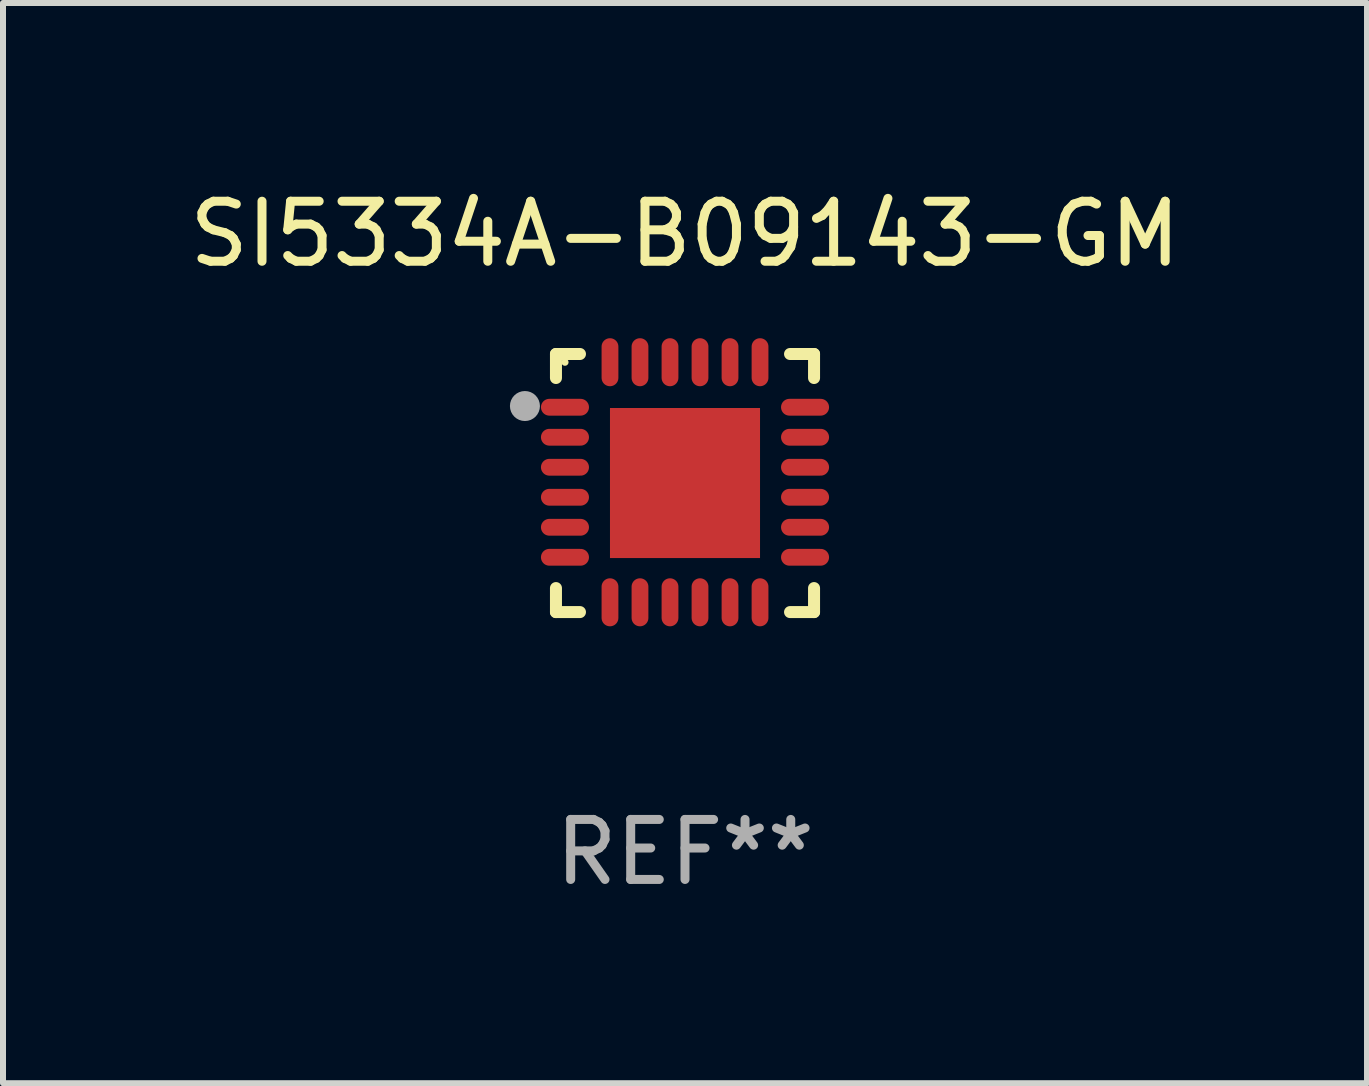
<source format=kicad_pcb>
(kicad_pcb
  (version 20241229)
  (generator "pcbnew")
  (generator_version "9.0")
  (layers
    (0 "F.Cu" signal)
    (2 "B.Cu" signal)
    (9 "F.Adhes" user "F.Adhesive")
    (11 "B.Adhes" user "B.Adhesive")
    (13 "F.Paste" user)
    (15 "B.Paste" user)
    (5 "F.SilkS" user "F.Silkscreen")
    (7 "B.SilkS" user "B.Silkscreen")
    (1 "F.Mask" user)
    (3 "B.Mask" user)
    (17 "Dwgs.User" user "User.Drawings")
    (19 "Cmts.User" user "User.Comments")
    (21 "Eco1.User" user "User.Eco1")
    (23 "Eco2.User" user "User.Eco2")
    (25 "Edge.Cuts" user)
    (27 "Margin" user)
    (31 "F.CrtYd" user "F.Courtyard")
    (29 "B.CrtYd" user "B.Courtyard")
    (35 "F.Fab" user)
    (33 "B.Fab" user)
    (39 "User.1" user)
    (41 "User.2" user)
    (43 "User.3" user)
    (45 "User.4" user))
  (footprint "SI5334A-B09143-GM"
    (layer "F.Cu")
    (at 8.363 4.998)
    (property "Reference" "SI5334A-B09143-GM" (at 0 -4.15 0) (layer "F.SilkS") (effects (font (size 1 1) (thickness 0.15))))
    (attr through_hole)
    (fp_line (start -2.15 -2.15) (end -1.75 -2.15) (stroke (width 0.2) (type solid)) (layer "F.SilkS"))
    (fp_line (start -2.15 -1.75) (end -2.15 -2.15) (stroke (width 0.2) (type solid)) (layer "F.SilkS"))
    (fp_line (start -2.15 2.15) (end -2.15 1.75) (stroke (width 0.2) (type solid)) (layer "F.SilkS"))
    (fp_line (start -1.75 2.15) (end -2.15 2.15) (stroke (width 0.2) (type solid)) (layer "F.SilkS"))
    (fp_line (start 1.75 -2.15) (end 2.15 -2.15) (stroke (width 0.2) (type solid)) (layer "F.SilkS"))
    (fp_line (start 1.75 2.15) (end 2.15 2.15) (stroke (width 0.2) (type solid)) (layer "F.SilkS"))
    (fp_line (start 2.15 -2.15) (end 2.15 -1.75) (stroke (width 0.2) (type solid)) (layer "F.SilkS"))
    (fp_line (start 2.15 2.15) (end 2.15 1.75) (stroke (width 0.2) (type solid)) (layer "F.SilkS"))
    (fp_circle (center -2 -2.013) (end -1.97 -2.013) (stroke (width 0.06) (type solid)) (fill no) (layer "F.SilkS"))
    (fp_circle (center -2.667 -1.283) (end -2.542 -1.283) (stroke (width 0.25) (type solid)) (fill no) (layer "F.Fab"))
    (fp_text user "REF**" (at 0 6.15 0) (layer "F.Fab") (effects (font (size 1 1) (thickness 0.15))))
    (pad "1" smd oval (at -2 -1.263) (size 0.8 0.28) (layers "F.Cu" "F.Mask" "F.Paste"))
    (pad "2" smd oval (at -2 -0.763) (size 0.8 0.28) (layers "F.Cu" "F.Mask" "F.Paste"))
    (pad "3" smd oval (at -2 -0.263) (size 0.8 0.28) (layers "F.Cu" "F.Mask" "F.Paste"))
    (pad "4" smd oval (at -2 0.237) (size 0.8 0.28) (layers "F.Cu" "F.Mask" "F.Paste"))
    (pad "5" smd oval (at -2 0.737) (size 0.8 0.28) (layers "F.Cu" "F.Mask" "F.Paste"))
    (pad "6" smd oval (at -2 1.237) (size 0.8 0.28) (layers "F.Cu" "F.Mask" "F.Paste"))
    (pad "7" smd oval (at -1.25 1.987) (size 0.28 0.8) (layers "F.Cu" "F.Mask" "F.Paste"))
    (pad "8" smd oval (at -0.75 1.987) (size 0.28 0.8) (layers "F.Cu" "F.Mask" "F.Paste"))
    (pad "9" smd oval (at -0.25 1.987) (size 0.28 0.8) (layers "F.Cu" "F.Mask" "F.Paste"))
    (pad "10" smd oval (at 0.25 1.987) (size 0.28 0.8) (layers "F.Cu" "F.Mask" "F.Paste"))
    (pad "11" smd oval (at 0.75 1.987) (size 0.28 0.8) (layers "F.Cu" "F.Mask" "F.Paste"))
    (pad "12" smd oval (at 1.25 1.987) (size 0.28 0.8) (layers "F.Cu" "F.Mask" "F.Paste"))
    (pad "13" smd oval (at 2 1.237) (size 0.8 0.28) (layers "F.Cu" "F.Mask" "F.Paste"))
    (pad "14" smd oval (at 2 0.737) (size 0.8 0.28) (layers "F.Cu" "F.Mask" "F.Paste"))
    (pad "15" smd oval (at 2 0.237) (size 0.8 0.28) (layers "F.Cu" "F.Mask" "F.Paste"))
    (pad "16" smd oval (at 2 -0.263) (size 0.8 0.28) (layers "F.Cu" "F.Mask" "F.Paste"))
    (pad "17" smd oval (at 2 -0.763) (size 0.8 0.28) (layers "F.Cu" "F.Mask" "F.Paste"))
    (pad "18" smd oval (at 2 -1.263) (size 0.8 0.28) (layers "F.Cu" "F.Mask" "F.Paste"))
    (pad "19" smd oval (at 1.25 -2.013) (size 0.28 0.8) (layers "F.Cu" "F.Mask" "F.Paste"))
    (pad "20" smd oval (at 0.75 -2.013) (size 0.28 0.8) (layers "F.Cu" "F.Mask" "F.Paste"))
    (pad "21" smd oval (at 0.25 -2.013) (size 0.28 0.8) (layers "F.Cu" "F.Mask" "F.Paste"))
    (pad "22" smd oval (at -0.25 -2.013) (size 0.28 0.8) (layers "F.Cu" "F.Mask" "F.Paste"))
    (pad "23" smd oval (at -0.75 -2.013) (size 0.28 0.8) (layers "F.Cu" "F.Mask" "F.Paste"))
    (pad "24" smd oval (at -1.25 -2.013) (size 0.28 0.8) (layers "F.Cu" "F.Mask" "F.Paste"))
    (pad "25" smd rect (at -0.000127 -0.00014) (size 2.5 2.5) (layers "F.Cu" "F.Mask" "F.Paste")))
  (gr_rect
    (start -3 -3)
    (end 19.726 14.997)
    (stroke (width 0.1) (type default))
    (fill no)
    (layer "Edge.Cuts")))
</source>
